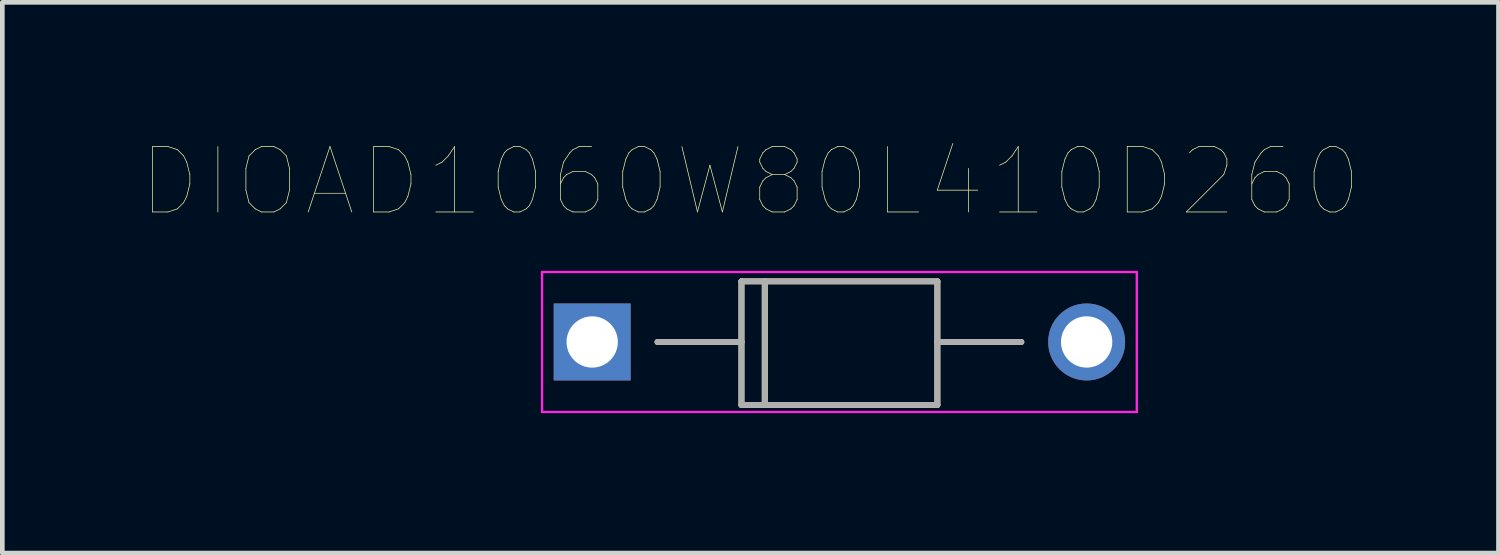
<source format=kicad_pcb>
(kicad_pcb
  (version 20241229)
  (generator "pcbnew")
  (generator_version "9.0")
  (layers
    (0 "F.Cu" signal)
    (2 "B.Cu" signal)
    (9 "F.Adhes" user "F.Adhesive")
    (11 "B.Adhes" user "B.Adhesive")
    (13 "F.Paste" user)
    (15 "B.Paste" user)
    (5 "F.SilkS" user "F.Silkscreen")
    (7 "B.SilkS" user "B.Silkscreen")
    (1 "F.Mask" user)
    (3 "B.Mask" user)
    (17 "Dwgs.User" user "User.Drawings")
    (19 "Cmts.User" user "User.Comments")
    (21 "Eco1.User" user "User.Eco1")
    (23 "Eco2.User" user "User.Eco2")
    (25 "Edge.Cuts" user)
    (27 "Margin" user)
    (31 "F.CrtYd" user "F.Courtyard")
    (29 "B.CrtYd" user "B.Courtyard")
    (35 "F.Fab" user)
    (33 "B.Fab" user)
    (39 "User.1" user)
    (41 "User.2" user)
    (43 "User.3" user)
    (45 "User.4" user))
  (footprint "DIOAD1060W80L410D260"
    (layer "F.Cu")
    (at 14.945 4.281)
    (property "Reference" "DIOAD1060W80L410D260" (at -1.908 -3.435 0) (layer "F.SilkS") (effects (font (size 1.402 1.402) (thickness 0.015))))
    (attr through_hole)
    (fp_line (start -2.1 -1.3) (end -2.1 0) (stroke (width 0.127) (type solid)) (layer "F.SilkS"))
    (fp_line (start -2.1 0) (end -3.9 0) (stroke (width 0.127) (type solid)) (layer "F.SilkS"))
    (fp_line (start -2.1 0) (end -2.1 1.35) (stroke (width 0.127) (type solid)) (layer "F.SilkS"))
    (fp_line (start -2.1 1.35) (end -1.6 1.35) (stroke (width 0.127) (type solid)) (layer "F.SilkS"))
    (fp_line (start -1.6 -1.3) (end -2.1 -1.3) (stroke (width 0.127) (type solid)) (layer "F.SilkS"))
    (fp_line (start -1.6 1.35) (end -1.6 -1.3) (stroke (width 0.127) (type solid)) (layer "F.SilkS"))
    (fp_line (start -1.6 1.35) (end 2.1 1.35) (stroke (width 0.127) (type solid)) (layer "F.SilkS"))
    (fp_line (start 2.1 -1.3) (end -1.6 -1.3) (stroke (width 0.127) (type solid)) (layer "F.SilkS"))
    (fp_line (start 2.1 0) (end 2.1 -1.3) (stroke (width 0.127) (type solid)) (layer "F.SilkS"))
    (fp_line (start 2.1 0) (end 3.9 0) (stroke (width 0.127) (type solid)) (layer "F.SilkS"))
    (fp_line (start 2.1 1.35) (end 2.1 0) (stroke (width 0.127) (type solid)) (layer "F.SilkS"))
    (fp_line (start -6.375 -1.5) (end -6.375 1.5) (stroke (width 0.05) (type solid)) (layer "F.CrtYd"))
    (fp_line (start -6.375 1.5) (end 6.375 1.5) (stroke (width 0.05) (type solid)) (layer "F.CrtYd"))
    (fp_line (start 6.375 -1.5) (end -6.375 -1.5) (stroke (width 0.05) (type solid)) (layer "F.CrtYd"))
    (fp_line (start 6.375 1.5) (end 6.375 -1.5) (stroke (width 0.05) (type solid)) (layer "F.CrtYd"))
    (fp_line (start -3.9 0) (end -2.1 0) (stroke (width 0.127) (type solid)) (layer "F.Fab"))
    (fp_line (start -2.1 -1.3) (end -1.6 -1.3) (stroke (width 0.127) (type solid)) (layer "F.Fab"))
    (fp_line (start -2.1 0) (end -2.1 -1.3) (stroke (width 0.127) (type solid)) (layer "F.Fab"))
    (fp_line (start -2.1 1.35) (end -2.1 0) (stroke (width 0.127) (type solid)) (layer "F.Fab"))
    (fp_line (start -1.6 -1.3) (end 2.1 -1.3) (stroke (width 0.127) (type solid)) (layer "F.Fab"))
    (fp_line (start -1.6 1.3) (end -1.6 -1.3) (stroke (width 0.127) (type solid)) (layer "F.Fab"))
    (fp_line (start 2.1 -1.3) (end 2.1 0) (stroke (width 0.127) (type solid)) (layer "F.Fab"))
    (fp_line (start 2.1 0) (end 2.1 1.35) (stroke (width 0.127) (type solid)) (layer "F.Fab"))
    (fp_line (start 2.1 0) (end 3.9 0) (stroke (width 0.127) (type solid)) (layer "F.Fab"))
    (fp_line (start 2.1 1.35) (end -2.1 1.35) (stroke (width 0.127) (type solid)) (layer "F.Fab"))
    (pad "A" thru_hole circle (at 5.3 0) (size 1.65 1.65) (drill 1.1) (layers "*.Cu" "*.Mask"))
    (pad "C" thru_hole rect (at -5.3 0) (size 1.65 1.65) (drill 1.1) (layers "*.Cu" "*.Mask")))
  (gr_rect
    (start -3 -3)
    (end 29.074 8.806)
    (stroke (width 0.1) (type default))
    (fill no)
    (layer "Edge.Cuts")))
</source>
